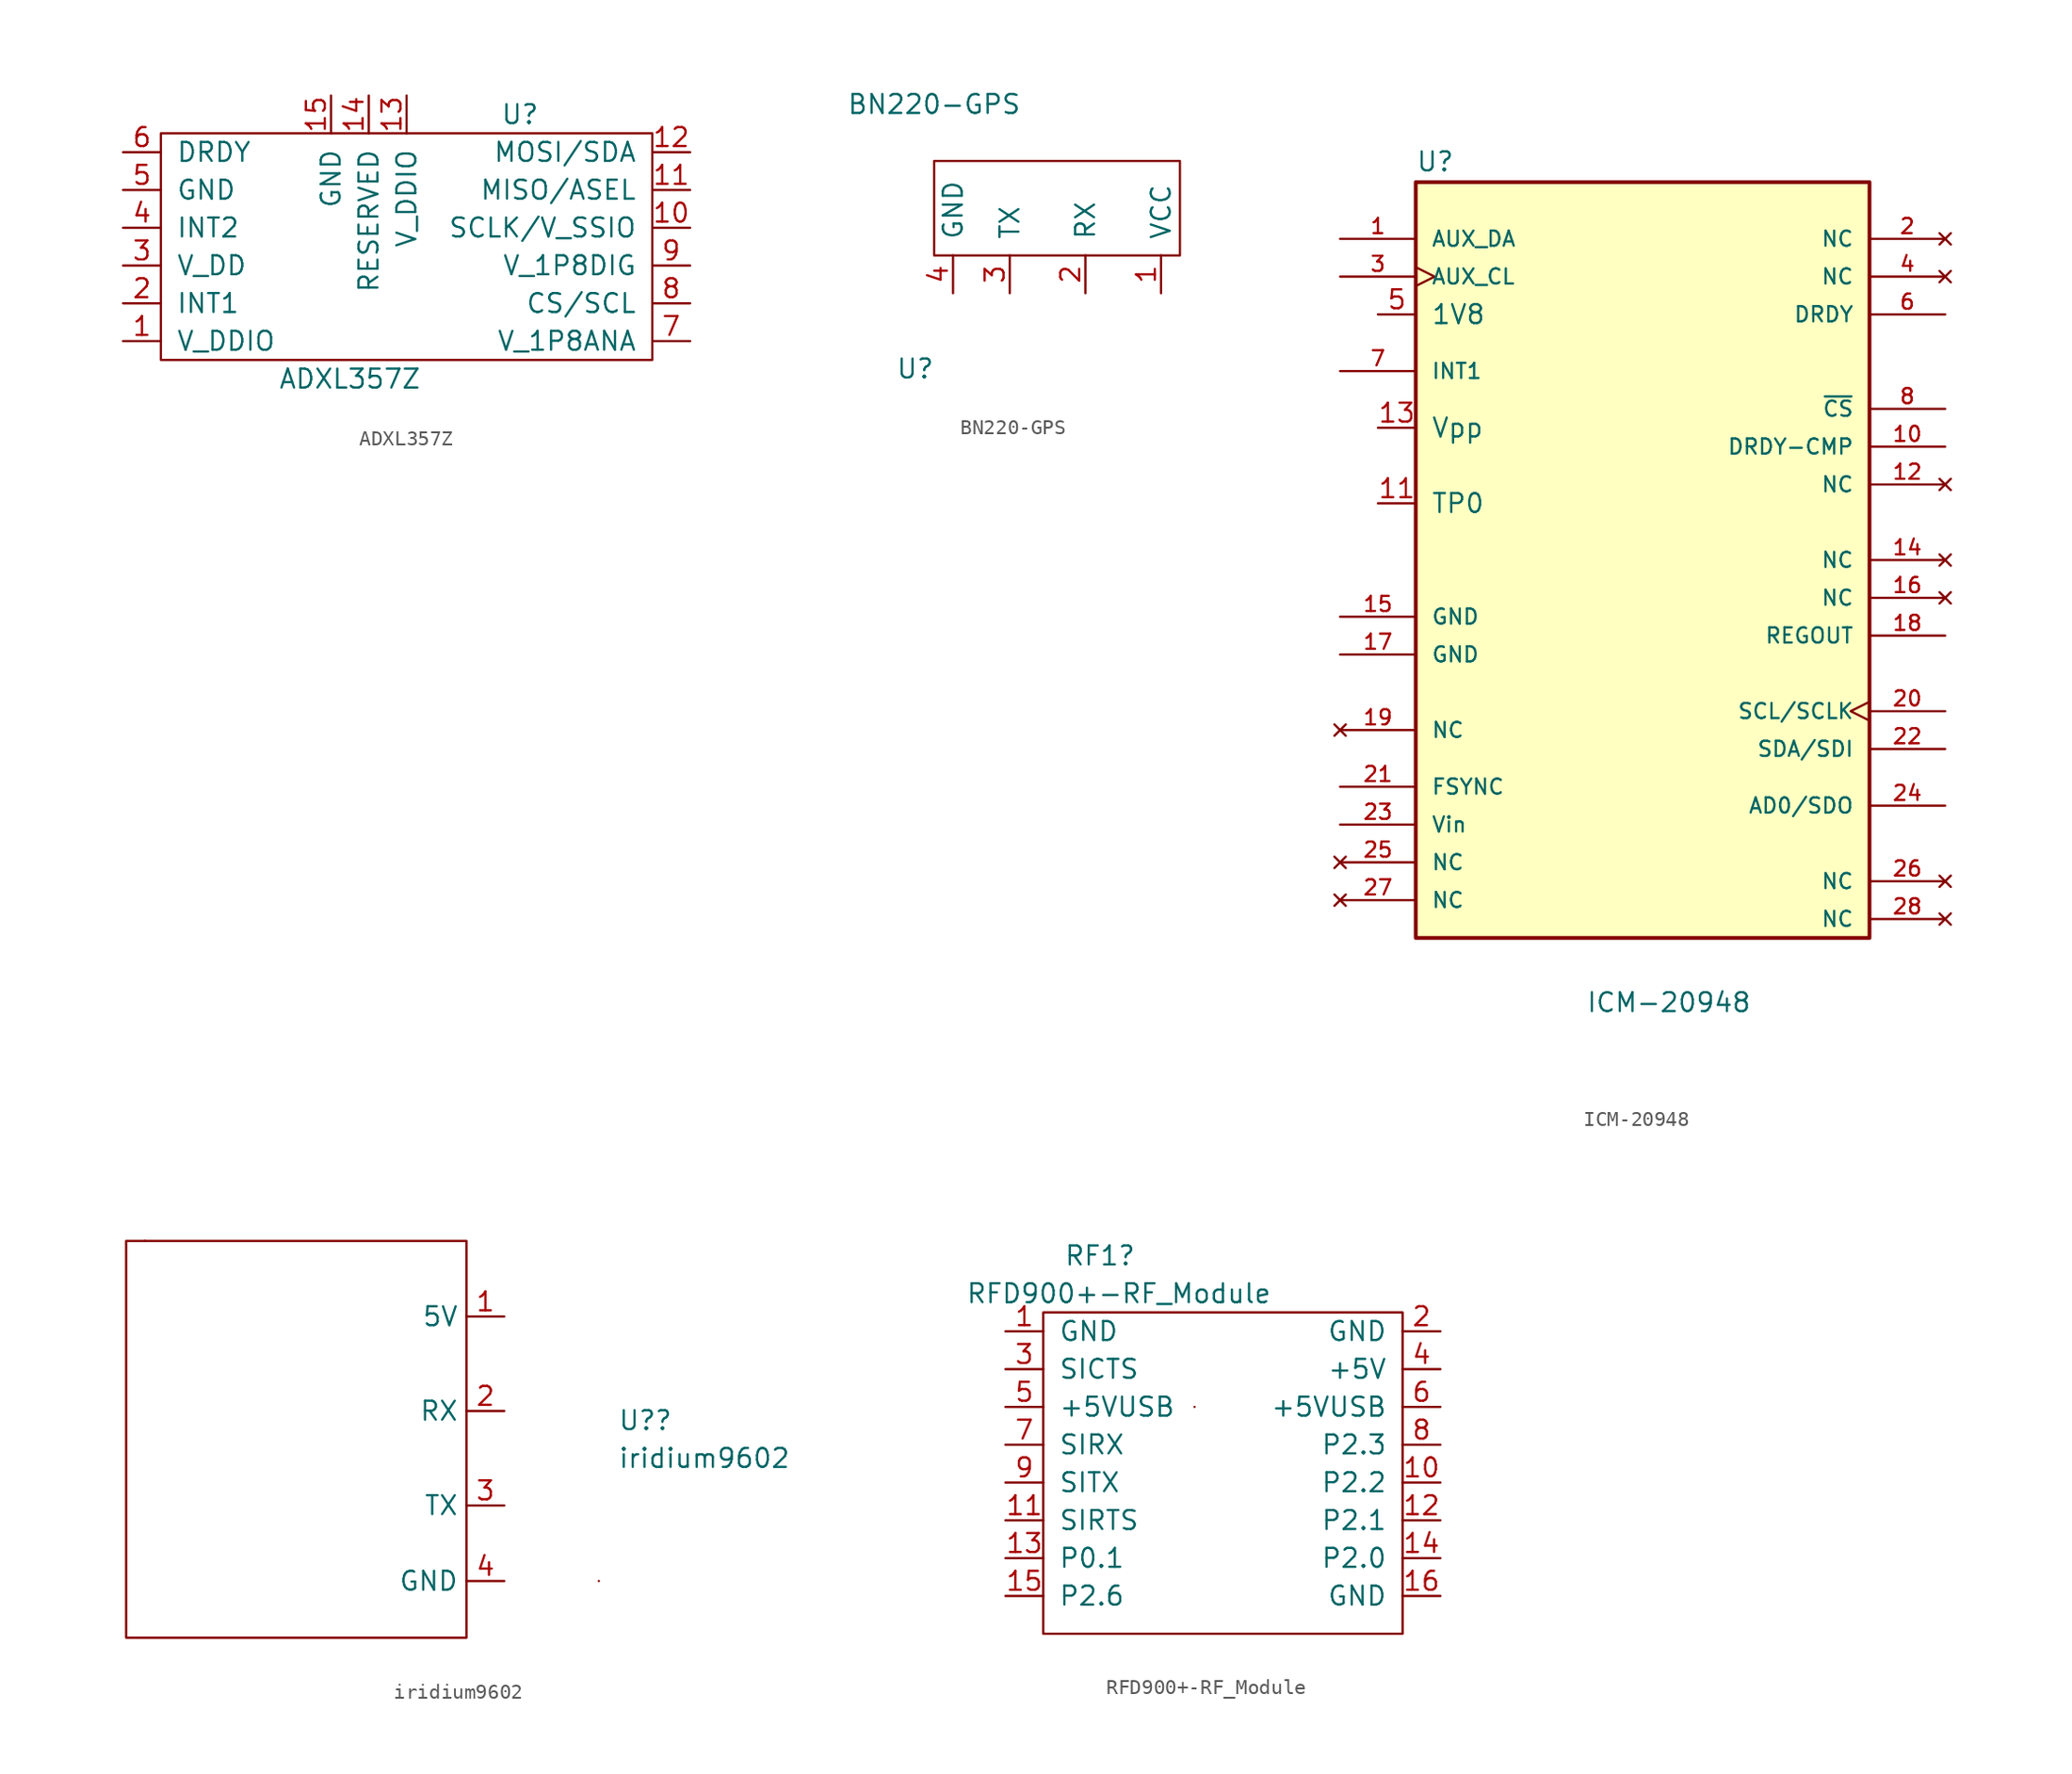
<source format=kicad_sym>
(kicad_symbol_lib
  (version 20211014)
  (generator kicad_symbol_editor)
  (symbol "ADXL357Z"
    (pin_names
      (offset 1.016))
    (property "Reference" "U"
      (at 15.24 20.32 0)
      (effects (font (size 1.27 1.27))))
    (property "Value" "ADXL357Z"
      (at 3.81 2.54 0)
      (effects (font (size 1.27 1.27))))
    (symbol "ADXL357Z_0_1"
      (rectangle (start -8.89 19.05) (end 24.13 3.81) (stroke (width 0) (type default) (color 0 0 0 0)) (fill (type none))))
    (symbol "ADXL357Z_1_1"
      (pin input line (at -11.43 5.08 0) (length 2.54) (name "V_DDIO" (effects (font (size 1.27 1.27)))) (number "1" (effects (font (size 1.27 1.27)))))
      (pin input line (at 26.67 12.7 180) (length 2.54) (name "SCLK/V_SSIO" (effects (font (size 1.27 1.27)))) (number "10" (effects (font (size 1.27 1.27)))))
      (pin input line (at 26.67 15.24 180) (length 2.54) (name "MISO/ASEL" (effects (font (size 1.27 1.27)))) (number "11" (effects (font (size 1.27 1.27)))))
      (pin input line (at 26.67 17.78 180) (length 2.54) (name "MOSI/SDA" (effects (font (size 1.27 1.27)))) (number "12" (effects (font (size 1.27 1.27)))))
      (pin input line (at 7.62 21.59 270) (length 2.54) (name "V_DDIO" (effects (font (size 1.27 1.27)))) (number "13" (effects (font (size 1.27 1.27)))))
      (pin input line (at 5.08 21.59 270) (length 2.54) (name "RESERVED" (effects (font (size 1.27 1.27)))) (number "14" (effects (font (size 1.27 1.27)))))
      (pin input line (at 2.54 21.59 270) (length 2.54) (name "GND" (effects (font (size 1.27 1.27)))) (number "15" (effects (font (size 1.27 1.27)))))
      (pin input line (at -11.43 7.62 0) (length 2.54) (name "INT1" (effects (font (size 1.27 1.27)))) (number "2" (effects (font (size 1.27 1.27)))))
      (pin input line (at -11.43 10.16 0) (length 2.54) (name "V_DD" (effects (font (size 1.27 1.27)))) (number "3" (effects (font (size 1.27 1.27)))))
      (pin input line (at -11.43 12.7 0) (length 2.54) (name "INT2" (effects (font (size 1.27 1.27)))) (number "4" (effects (font (size 1.27 1.27)))))
      (pin input line (at -11.43 15.24 0) (length 2.54) (name "GND" (effects (font (size 1.27 1.27)))) (number "5" (effects (font (size 1.27 1.27)))))
      (pin input line (at -11.43 17.78 0) (length 2.54) (name "DRDY" (effects (font (size 1.27 1.27)))) (number "6" (effects (font (size 1.27 1.27)))))
      (pin input line (at 26.67 5.08 180) (length 2.54) (name "V_1P8ANA" (effects (font (size 1.27 1.27)))) (number "7" (effects (font (size 1.27 1.27)))))
      (pin input line (at 26.67 7.62 180) (length 2.54) (name "CS/SCL" (effects (font (size 1.27 1.27)))) (number "8" (effects (font (size 1.27 1.27)))))
      (pin input line (at 26.67 10.16 180) (length 2.54) (name "V_1P8DIG" (effects (font (size 1.27 1.27)))) (number "9" (effects (font (size 1.27 1.27)))))))
  (symbol "BN220-GPS"
    (pin_names
      (offset 1.016))
    (property "Reference" "U"
      (at -8.89 -10.16 0)
      (effects (font (size 1.27 1.27))))
    (property "Value" "BN220-GPS"
      (at -7.62 7.62 0)
      (effects (font (size 1.27 1.27))))
    (symbol "BN220-GPS_0_1"
      (rectangle (start -7.62 3.81) (end 8.89 -2.54) (stroke (width 0) (type default) (color 0 0 0 0)) (fill (type none))))
    (symbol "BN220-GPS_1_1"
      (pin input line (at 7.62 -5.08 90) (length 2.54) (name "VCC" (effects (font (size 1.27 1.27)))) (number "1" (effects (font (size 1.27 1.27)))))
      (pin bidirectional line (at 2.54 -5.08 90) (length 2.54) (name "RX" (effects (font (size 1.27 1.27)))) (number "2" (effects (font (size 1.27 1.27)))))
      (pin bidirectional line (at -2.54 -5.08 90) (length 2.54) (name "TX" (effects (font (size 1.27 1.27)))) (number "3" (effects (font (size 1.27 1.27)))))
      (pin power_in line (at -6.35 -5.08 90) (length 2.54) (name "GND" (effects (font (size 1.27 1.27)))) (number "4" (effects (font (size 1.27 1.27)))))))
  (symbol "ICM-20948 "
    (pin_names
      (offset 1.016))
    (property "Reference" "U"
      (at -15.24 18.415 0)
      (effects (font (size 1.27 1.27)) (justify left bottom)))
    (property "Value" "ICM-20948 "
      (at -3.81 -38.1 0)
      (effects (font (size 1.27 1.27)) (justify left bottom)))
    (symbol "ICM-20948 _0_0"
      (rectangle (start -15.24 17.78) (end 15.24 -33.02) (stroke (width 0.254) (type default) (color 0 0 0 0)) (fill (type background)))
      (pin bidirectional line (at -20.32 13.97 0) (length 5.08) (name "AUX_DA" (effects (font (size 1.016 1.016)))) (number "1" (effects (font (size 1.016 1.016)))))
      (pin output line (at 20.32 0 180) (length 5.08) (name "DRDY-CMP" (effects (font (size 1.016 1.016)))) (number "10" (effects (font (size 1.016 1.016)))))
      (pin power_in line (at -17.78 -3.81 0) (length 2.54) (name "TP0" (effects (font (size 1.27 1.27)))) (number "11" (effects (font (size 1.27 1.27)))))
      (pin no_connect line (at 20.32 -2.54 180) (length 5.08) (name "NC" (effects (font (size 1.016 1.016)))) (number "12" (effects (font (size 1.016 1.016)))))
      (pin power_in line (at -17.78 1.27 0) (length 2.54) (name "Vpp" (effects (font (size 1.27 1.27)))) (number "13" (effects (font (size 1.27 1.27)))))
      (pin no_connect line (at 20.32 -7.62 180) (length 5.08) (name "NC" (effects (font (size 1.016 1.016)))) (number "14" (effects (font (size 1.016 1.016)))))
      (pin power_in line (at -20.32 -11.43 0) (length 5.08) (name "GND" (effects (font (size 1.016 1.016)))) (number "15" (effects (font (size 1.016 1.016)))))
      (pin no_connect line (at 20.32 -10.16 180) (length 5.08) (name "NC" (effects (font (size 1.016 1.016)))) (number "16" (effects (font (size 1.016 1.016)))))
      (pin power_in line (at -20.32 -13.97 0) (length 5.08) (name "GND" (effects (font (size 1.016 1.016)))) (number "17" (effects (font (size 1.016 1.016)))))
      (pin output line (at 20.32 -12.7 180) (length 5.08) (name "REGOUT" (effects (font (size 1.016 1.016)))) (number "18" (effects (font (size 1.016 1.016)))))
      (pin no_connect line (at -20.32 -19.05 0) (length 5.08) (name "NC" (effects (font (size 1.016 1.016)))) (number "19" (effects (font (size 1.016 1.016)))))
      (pin no_connect line (at 20.32 13.97 180) (length 5.08) (name "NC" (effects (font (size 1.016 1.016)))) (number "2" (effects (font (size 1.016 1.016)))))
      (pin input clock (at 20.32 -17.78 180) (length 5.08) (name "SCL/SCLK" (effects (font (size 1.016 1.016)))) (number "20" (effects (font (size 1.016 1.016)))))
      (pin input line (at -20.32 -22.86 0) (length 5.08) (name "FSYNC" (effects (font (size 1.016 1.016)))) (number "21" (effects (font (size 1.016 1.016)))))
      (pin bidirectional line (at 20.32 -20.32 180) (length 5.08) (name "SDA/SDI" (effects (font (size 1.016 1.016)))) (number "22" (effects (font (size 1.016 1.016)))))
      (pin power_in line (at -20.32 -25.4 0) (length 5.08) (name "Vin" (effects (font (size 1.016 1.016)))) (number "23" (effects (font (size 1.016 1.016)))))
      (pin bidirectional line (at 20.32 -24.13 180) (length 5.08) (name "AD0/SDO" (effects (font (size 1.016 1.016)))) (number "24" (effects (font (size 1.016 1.016)))))
      (pin no_connect line (at -20.32 -27.94 0) (length 5.08) (name "NC" (effects (font (size 1.016 1.016)))) (number "25" (effects (font (size 1.016 1.016)))))
      (pin no_connect line (at 20.32 -29.21 180) (length 5.08) (name "NC" (effects (font (size 1.016 1.016)))) (number "26" (effects (font (size 1.016 1.016)))))
      (pin no_connect line (at -20.32 -30.48 0) (length 5.08) (name "NC" (effects (font (size 1.016 1.016)))) (number "27" (effects (font (size 1.016 1.016)))))
      (pin no_connect line (at 20.32 -31.75 180) (length 5.08) (name "NC" (effects (font (size 1.016 1.016)))) (number "28" (effects (font (size 1.016 1.016)))))
      (pin input clock (at -20.32 11.43 0) (length 5.08) (name "AUX_CL" (effects (font (size 1.016 1.016)))) (number "3" (effects (font (size 1.016 1.016)))))
      (pin no_connect line (at 20.32 11.43 180) (length 5.08) (name "NC" (effects (font (size 1.016 1.016)))) (number "4" (effects (font (size 1.016 1.016)))))
      (pin power_in line (at -17.78 8.89 0) (length 2.54) (name "1V8" (effects (font (size 1.27 1.27)))) (number "5" (effects (font (size 1.27 1.27)))))
      (pin output line (at 20.32 8.89 180) (length 5.08) (name "DRDY" (effects (font (size 1.016 1.016)))) (number "6" (effects (font (size 1.016 1.016)))))
      (pin output line (at -20.32 5.08 0) (length 5.08) (name "INT1" (effects (font (size 1.016 1.016)))) (number "7" (effects (font (size 1.016 1.016)))))
      (pin input line (at 20.32 2.54 180) (length 5.08) (name "~{CS}" (effects (font (size 1.016 1.016)))) (number "8" (effects (font (size 1.016 1.016)))))))
  (symbol "iridium9602"
    (property "Reference" "U?"
      (at 20.32 -3.175 0)
      (effects (font (size 1.27 1.27)) (justify left)))
    (property "Value" "iridium9602"
      (at 20.32 -5.715 0)
      (effects (font (size 1.27 1.27)) (justify left)))
    (symbol "iridium9602_0_0"
      (pin power_in line (at 12.7 3.81 180) (length 2.54) (name "5V" (effects (font (size 1.27 1.27)))) (number "1" (effects (font (size 1.27 1.27)))))
      (pin bidirectional line (at 12.7 -2.54 180) (length 2.54) (name "RX" (effects (font (size 1.27 1.27)))) (number "2" (effects (font (size 1.27 1.27)))))
      (pin bidirectional line (at 12.7 -8.89 180) (length 2.54) (name "TX" (effects (font (size 1.27 1.27)))) (number "3" (effects (font (size 1.27 1.27)))))
      (pin power_in line (at 12.7 -13.97 180) (length 2.54) (name "GND" (effects (font (size 1.27 1.27)))) (number "4" (effects (font (size 1.27 1.27))))))
    (symbol "iridium9602_0_1"
      (rectangle (start -11.43 8.89) (end -11.43 8.89) (stroke (width 0) (type default) (color 0 0 0 0)) (fill (type none)))
      (rectangle (start 10.16 8.89) (end -12.7 -17.78) (stroke (width 0) (type default) (color 0 0 0 0)) (fill (type none)))
      (rectangle (start 19.05 -13.97) (end 19.05 -13.97) (stroke (width 0) (type default) (color 0 0 0 0)) (fill (type none)))))
  (symbol "RFD900+-RF_Module"
    (pin_names
      (offset 1.016))
    (property "Reference" "RF1"
      (at 0 5.08 0)
      (effects (font (size 1.27 1.27))))
    (property "Value" "RFD900+-RF_Module"
      (at 1.27 2.54 0)
      (effects (font (size 1.27 1.27))))
    (symbol "RFD900+-RF_Module_0_1"
      (rectangle (start -3.81 1.27) (end 20.32 -20.32) (stroke (width 0) (type default) (color 0 0 0 0)) (fill (type none)))
      (rectangle (start 6.35 -5.08) (end 6.35 -5.08) (stroke (width 0) (type default) (color 0 0 0 0)) (fill (type none))))
    (symbol "RFD900+-RF_Module_1_1"
      (pin power_in line (at -6.35 0 0) (length 2.54) (name "GND" (effects (font (size 1.27 1.27)))) (number "1" (effects (font (size 1.27 1.27)))))
      (pin input line (at 22.86 -10.16 180) (length 2.54) (name "P2.2" (effects (font (size 1.27 1.27)))) (number "10" (effects (font (size 1.27 1.27)))))
      (pin input line (at -6.35 -12.7 0) (length 2.54) (name "SIRTS" (effects (font (size 1.27 1.27)))) (number "11" (effects (font (size 1.27 1.27)))))
      (pin input line (at 22.86 -12.7 180) (length 2.54) (name "P2.1" (effects (font (size 1.27 1.27)))) (number "12" (effects (font (size 1.27 1.27)))))
      (pin input line (at -6.35 -15.24 0) (length 2.54) (name "P0.1" (effects (font (size 1.27 1.27)))) (number "13" (effects (font (size 1.27 1.27)))))
      (pin input line (at 22.86 -15.24 180) (length 2.54) (name "P2.0" (effects (font (size 1.27 1.27)))) (number "14" (effects (font (size 1.27 1.27)))))
      (pin input line (at -6.35 -17.78 0) (length 2.54) (name "P2.6" (effects (font (size 1.27 1.27)))) (number "15" (effects (font (size 1.27 1.27)))))
      (pin power_in line (at 22.86 -17.78 180) (length 2.54) (name "GND" (effects (font (size 1.27 1.27)))) (number "16" (effects (font (size 1.27 1.27)))))
      (pin power_in line (at 22.86 0 180) (length 2.54) (name "GND" (effects (font (size 1.27 1.27)))) (number "2" (effects (font (size 1.27 1.27)))))
      (pin input line (at -6.35 -2.54 0) (length 2.54) (name "SICTS" (effects (font (size 1.27 1.27)))) (number "3" (effects (font (size 1.27 1.27)))))
      (pin power_in line (at 22.86 -2.54 180) (length 2.54) (name "+5V" (effects (font (size 1.27 1.27)))) (number "4" (effects (font (size 1.27 1.27)))))
      (pin power_in line (at -6.35 -5.08 0) (length 2.54) (name "+5VUSB" (effects (font (size 1.27 1.27)))) (number "5" (effects (font (size 1.27 1.27)))))
      (pin power_in line (at 22.86 -5.08 180) (length 2.54) (name "+5VUSB" (effects (font (size 1.27 1.27)))) (number "6" (effects (font (size 1.27 1.27)))))
      (pin bidirectional line (at -6.35 -7.62 0) (length 2.54) (name "SIRX" (effects (font (size 1.27 1.27)))) (number "7" (effects (font (size 1.27 1.27)))))
      (pin input line (at 22.86 -7.62 180) (length 2.54) (name "P2.3" (effects (font (size 1.27 1.27)))) (number "8" (effects (font (size 1.27 1.27)))))
      (pin bidirectional line (at -6.35 -10.16 0) (length 2.54) (name "SITX" (effects (font (size 1.27 1.27)))) (number "9" (effects (font (size 1.27 1.27))))))))
</source>
